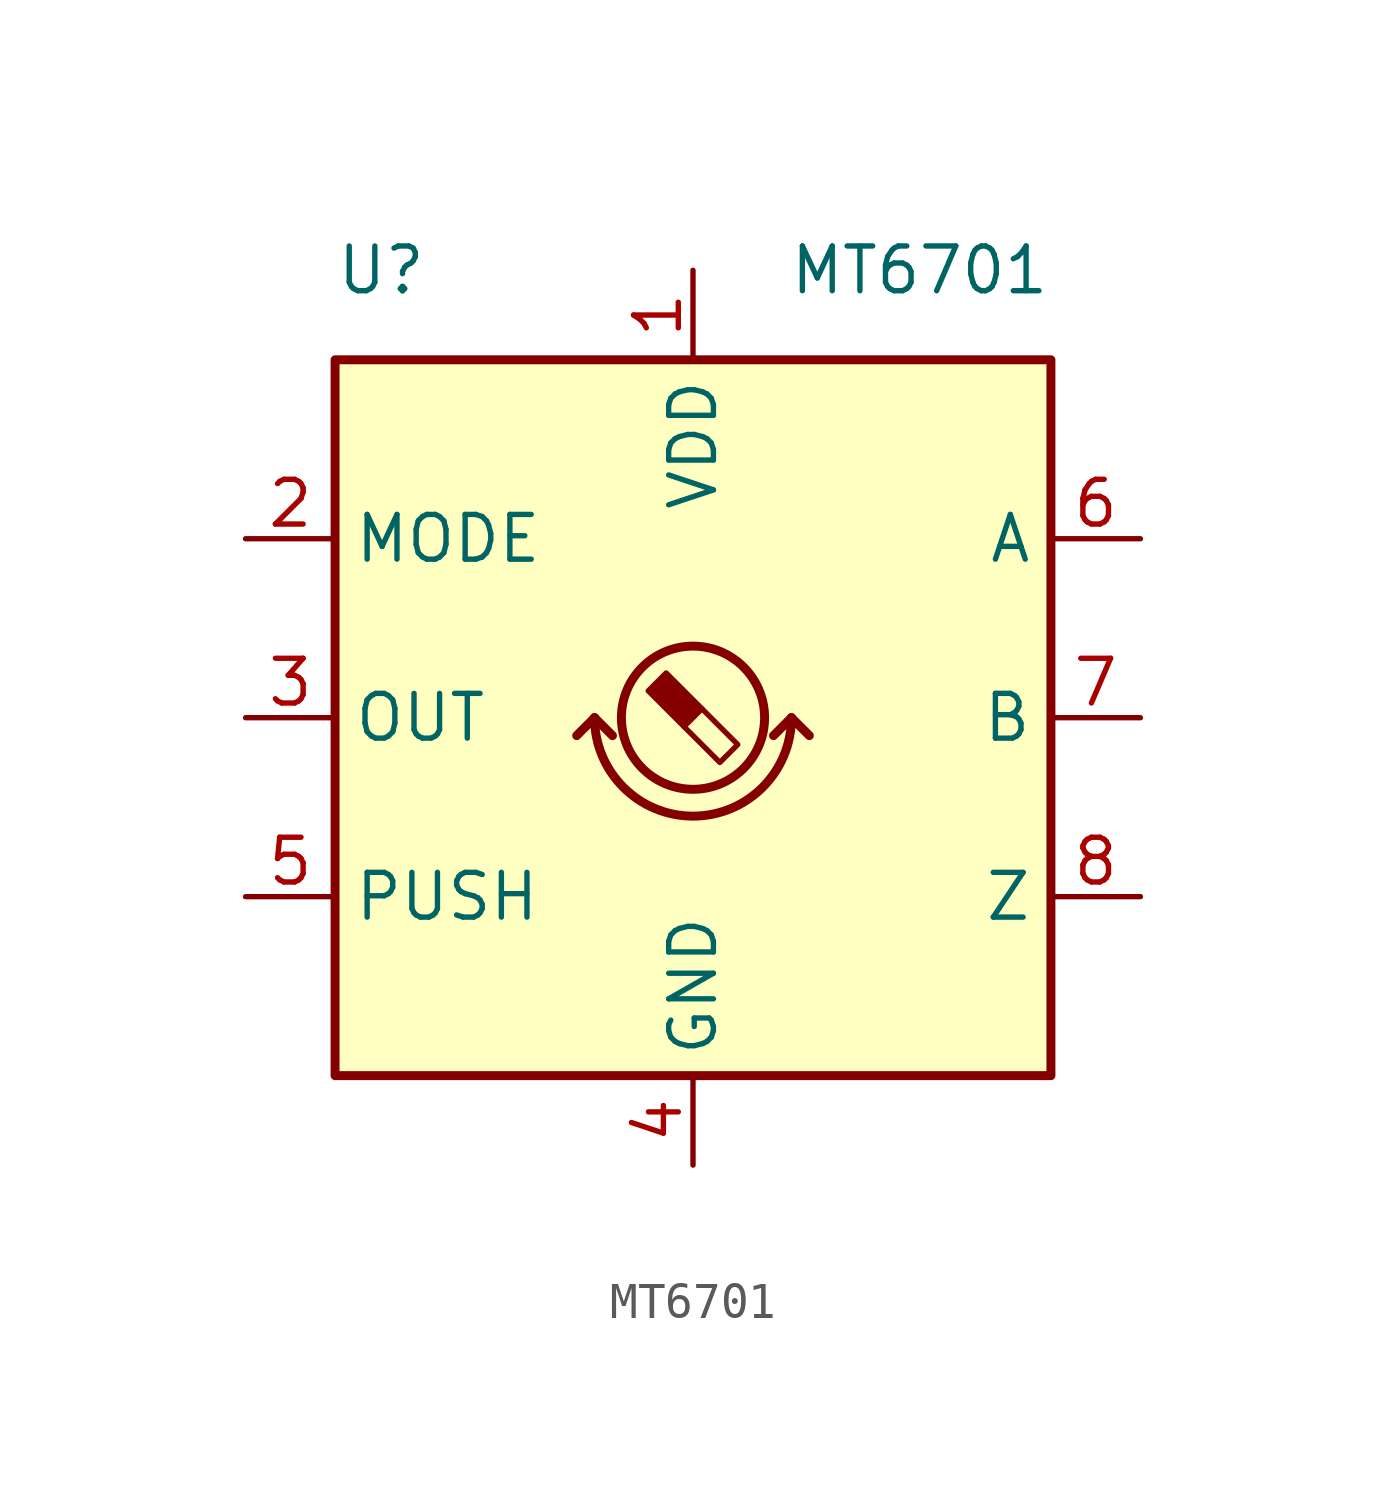
<source format=kicad_sym>
(kicad_symbol_lib
  (version 20220914)
  (generator kicad_symbol_editor)
  (symbol "MT6701"
    (property "Reference" "U"
      (at -10.16 12.7 0)
      (effects (font (size 1.27 1.27)) (justify left)))
    (property "Value" "MT6701"
      (at 10.16 12.7 0)
      (effects (font (size 1.27 1.27)) (justify right)))
    (symbol "MT6701_0_1"
      (rectangle (start -10.16 10.16) (end 10.16 -10.16) (stroke (width 0.254) (type default)) (fill (type background)))
      (arc (start -2.794 0) (mid 0 -2.7819) (end 2.794 0) (stroke (width 0.254) (type default)) (fill (type none)))
      (polyline (pts (xy -2.794 0) (xy -3.302 -0.508)) (stroke (width 0.254) (type default)) (fill (type none)))
      (polyline (pts (xy -2.794 0) (xy -2.286 -0.508)) (stroke (width 0.254) (type default)) (fill (type none)))
      (polyline (pts (xy 2.794 0) (xy 2.286 -0.508)) (stroke (width 0.254) (type default)) (fill (type none)))
      (polyline (pts (xy 2.794 0) (xy 3.302 -0.508)) (stroke (width 0.254) (type default)) (fill (type none)))
      (polyline (pts (xy 0.254 0.254) (xy 1.27 -0.762) (xy 0.762 -1.27) (xy -0.254 -0.254)) (stroke (width 0) (type default)) (fill (type none)))
      (polyline (pts (xy -0.762 1.27) (xy 0.254 0.254) (xy -0.254 -0.254) (xy -1.27 0.762) (xy -1.016 1.016) (xy -0.762 1.27) (xy -0.635 1.143)) (stroke (width 0) (type default)) (fill (type outline)))
      (circle (center 0 0) (radius 2.032) (stroke (width 0.254) (type default)) (fill (type none))))
    (symbol "MT6701_1_1"
      (pin power_in line (at 0 12.7 270) (length 2.54) (name "VDD" (effects (font (size 1.27 1.27)))) (number "1" (effects (font (size 1.27 1.27)))))
      (pin input line (at -12.7 5.08 0) (length 2.54) (name "MODE" (effects (font (size 1.27 1.27)))) (number "2" (effects (font (size 1.27 1.27)))))
      (pin output line (at -12.7 0 0) (length 2.54) (name "OUT" (effects (font (size 1.27 1.27)))) (number "3" (effects (font (size 1.27 1.27)))))
      (pin power_in line (at 0 -12.7 90) (length 2.54) (name "GND" (effects (font (size 1.27 1.27)))) (number "4" (effects (font (size 1.27 1.27)))))
      (pin output line (at -12.7 -5.08 0) (length 2.54) (name "PUSH" (effects (font (size 1.27 1.27)))) (number "5" (effects (font (size 1.27 1.27)))))
      (pin output line (at 12.7 5.08 180) (length 2.54) (name "A" (effects (font (size 1.27 1.27)))) (number "6" (effects (font (size 1.27 1.27)))))
      (pin output line (at 12.7 0 180) (length 2.54) (name "B" (effects (font (size 1.27 1.27)))) (number "7" (effects (font (size 1.27 1.27)))))
      (pin output line (at 12.7 -5.08 180) (length 2.54) (name "Z" (effects (font (size 1.27 1.27)))) (number "8" (effects (font (size 1.27 1.27))))))))
</source>
